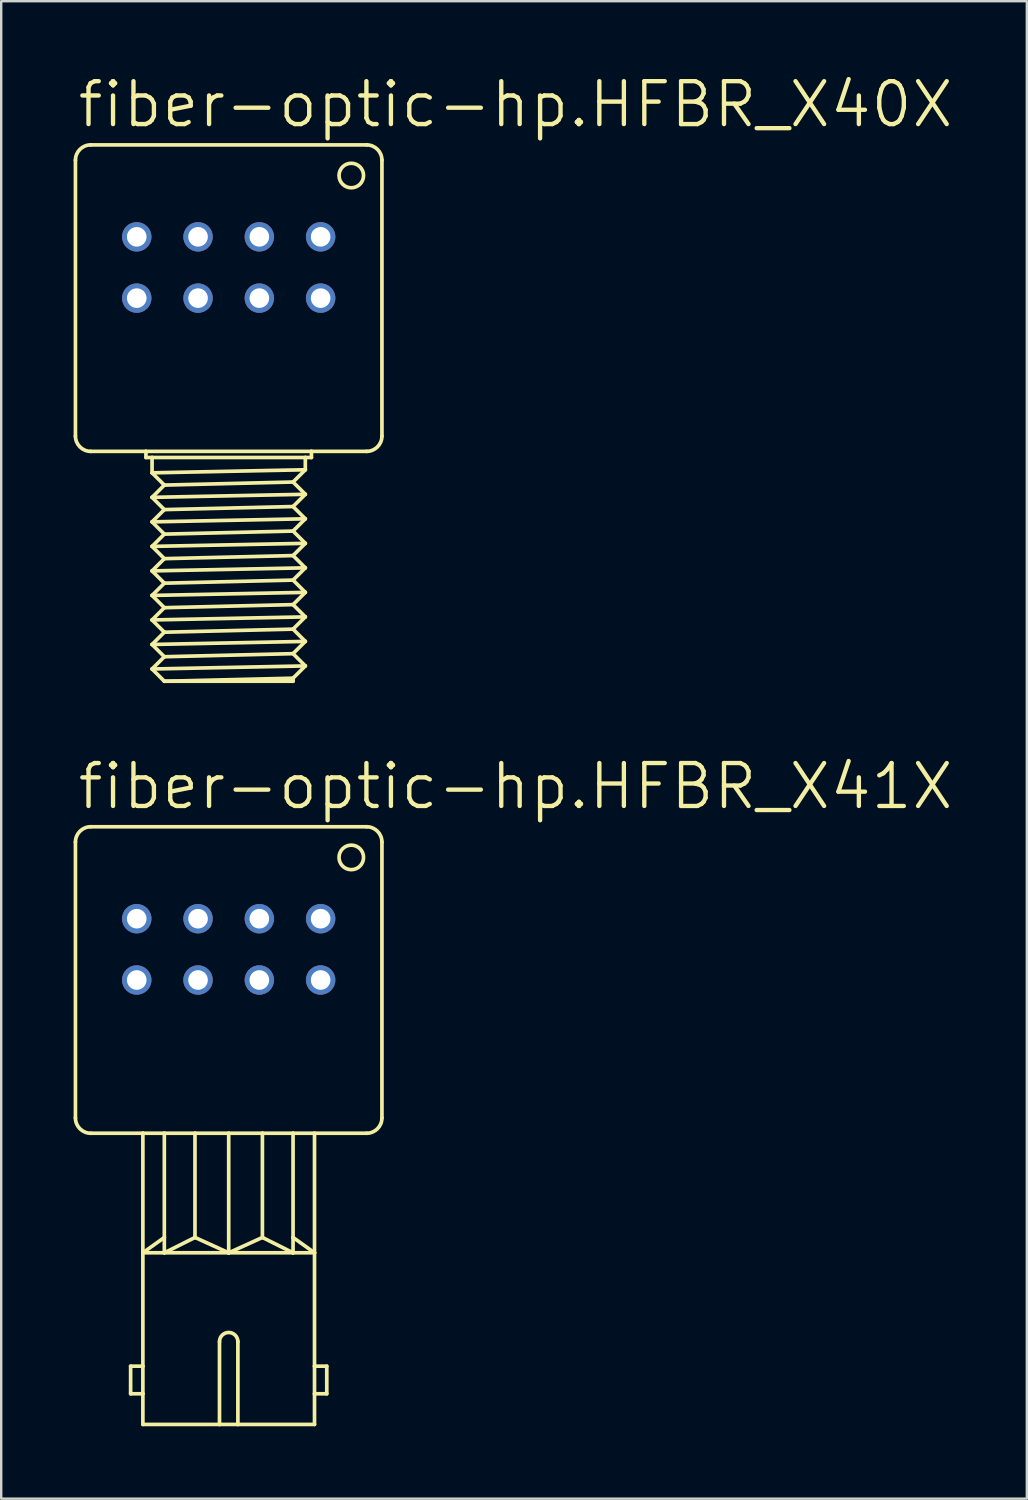
<source format=kicad_pcb>
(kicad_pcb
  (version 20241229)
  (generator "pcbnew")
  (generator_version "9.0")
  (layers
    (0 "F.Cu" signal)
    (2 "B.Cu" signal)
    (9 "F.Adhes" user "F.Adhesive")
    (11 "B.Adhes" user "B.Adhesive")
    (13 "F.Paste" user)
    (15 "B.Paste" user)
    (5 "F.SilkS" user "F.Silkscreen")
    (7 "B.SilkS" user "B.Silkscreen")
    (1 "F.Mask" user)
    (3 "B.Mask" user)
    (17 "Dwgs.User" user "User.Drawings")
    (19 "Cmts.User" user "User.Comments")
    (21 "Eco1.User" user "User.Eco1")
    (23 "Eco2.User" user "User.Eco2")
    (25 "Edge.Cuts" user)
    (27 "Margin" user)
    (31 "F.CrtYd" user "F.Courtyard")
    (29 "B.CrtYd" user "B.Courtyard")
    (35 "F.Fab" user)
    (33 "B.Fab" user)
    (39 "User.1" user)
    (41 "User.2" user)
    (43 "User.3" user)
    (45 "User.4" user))
  (footprint "fiber-optic-hp.HFBR_X40X"
    (layer "F.Cu")
    (at 6.426 9.303)
    (property "Reference" "fiber-optic-hp.HFBR_X40X" (at -6.35 -6.985 0) (layer "F.SilkS") (effects (font (size 1.778 1.778) (thickness 0.18)) (justify left bottom)))
    (attr through_hole)
    (fp_line (start -6.35 -5.715) (end -6.35 5.715) (stroke (width 0.152) (type default)) (layer "F.SilkS"))
    (fp_line (start -5.715 -6.35) (end 5.715 -6.35) (stroke (width 0.152) (type default)) (layer "F.SilkS"))
    (fp_line (start -5.715 6.35) (end -3.429 6.35) (stroke (width 0.152) (type default)) (layer "F.SilkS"))
    (fp_line (start -3.429 6.604) (end -3.429 6.35) (stroke (width 0.152) (type default)) (layer "F.SilkS"))
    (fp_line (start -3.175 6.604) (end -3.429 6.604) (stroke (width 0.152) (type default)) (layer "F.SilkS"))
    (fp_line (start -3.175 6.604) (end -3.175 7.239) (stroke (width 0.152) (type default)) (layer "F.SilkS"))
    (fp_line (start -3.175 8.255) (end -2.667 8.763) (stroke (width 0.152) (type default)) (layer "F.SilkS"))
    (fp_line (start -3.175 9.271) (end -2.667 9.779) (stroke (width 0.152) (type default)) (layer "F.SilkS"))
    (fp_line (start -3.175 10.287) (end -2.667 10.795) (stroke (width 0.152) (type default)) (layer "F.SilkS"))
    (fp_line (start -3.175 11.303) (end -2.667 11.811) (stroke (width 0.152) (type default)) (layer "F.SilkS"))
    (fp_line (start -3.175 12.319) (end -2.667 12.827) (stroke (width 0.152) (type default)) (layer "F.SilkS"))
    (fp_line (start -3.175 13.335) (end -2.667 13.843) (stroke (width 0.152) (type default)) (layer "F.SilkS"))
    (fp_line (start -3.175 14.351) (end -2.667 14.859) (stroke (width 0.152) (type default)) (layer "F.SilkS"))
    (fp_line (start -2.667 7.747) (end -3.175 7.239) (stroke (width 0.152) (type default)) (layer "F.SilkS"))
    (fp_line (start -2.667 7.747) (end -3.175 8.255) (stroke (width 0.152) (type default)) (layer "F.SilkS"))
    (fp_line (start -2.667 8.763) (end -3.175 9.271) (stroke (width 0.152) (type default)) (layer "F.SilkS"))
    (fp_line (start -2.667 9.779) (end -3.175 10.287) (stroke (width 0.152) (type default)) (layer "F.SilkS"))
    (fp_line (start -2.667 10.795) (end -3.175 11.303) (stroke (width 0.152) (type default)) (layer "F.SilkS"))
    (fp_line (start -2.667 11.811) (end -3.175 12.319) (stroke (width 0.152) (type default)) (layer "F.SilkS"))
    (fp_line (start -2.667 12.827) (end -3.175 13.335) (stroke (width 0.152) (type default)) (layer "F.SilkS"))
    (fp_line (start -2.667 13.843) (end -3.175 14.351) (stroke (width 0.152) (type default)) (layer "F.SilkS"))
    (fp_line (start -2.667 14.859) (end -3.175 15.367) (stroke (width 0.152) (type default)) (layer "F.SilkS"))
    (fp_line (start -2.667 15.875) (end -3.175 15.367) (stroke (width 0.152) (type default)) (layer "F.SilkS"))
    (fp_line (start 2.667 7.62) (end -2.667 7.747) (stroke (width 0.152) (type default)) (layer "F.SilkS"))
    (fp_line (start 2.667 7.62) (end 3.175 7.112) (stroke (width 0.152) (type default)) (layer "F.SilkS"))
    (fp_line (start 2.667 7.62) (end 3.175 8.128) (stroke (width 0.152) (type default)) (layer "F.SilkS"))
    (fp_line (start 2.667 8.636) (end -2.667 8.763) (stroke (width 0.152) (type default)) (layer "F.SilkS"))
    (fp_line (start 2.667 8.636) (end 3.175 8.128) (stroke (width 0.152) (type default)) (layer "F.SilkS"))
    (fp_line (start 2.667 8.636) (end 3.175 9.144) (stroke (width 0.152) (type default)) (layer "F.SilkS"))
    (fp_line (start 2.667 9.652) (end -2.667 9.779) (stroke (width 0.152) (type default)) (layer "F.SilkS"))
    (fp_line (start 2.667 9.652) (end 3.175 10.16) (stroke (width 0.152) (type default)) (layer "F.SilkS"))
    (fp_line (start 2.667 10.668) (end -2.667 10.795) (stroke (width 0.152) (type default)) (layer "F.SilkS"))
    (fp_line (start 2.667 10.668) (end 3.175 11.176) (stroke (width 0.152) (type default)) (layer "F.SilkS"))
    (fp_line (start 2.667 11.684) (end -2.667 11.811) (stroke (width 0.152) (type default)) (layer "F.SilkS"))
    (fp_line (start 2.667 11.684) (end 3.175 12.192) (stroke (width 0.152) (type default)) (layer "F.SilkS"))
    (fp_line (start 2.667 12.7) (end -2.667 12.827) (stroke (width 0.152) (type default)) (layer "F.SilkS"))
    (fp_line (start 2.667 12.7) (end 3.175 13.208) (stroke (width 0.152) (type default)) (layer "F.SilkS"))
    (fp_line (start 2.667 13.716) (end -2.667 13.843) (stroke (width 0.152) (type default)) (layer "F.SilkS"))
    (fp_line (start 2.667 13.716) (end 3.175 14.224) (stroke (width 0.152) (type default)) (layer "F.SilkS"))
    (fp_line (start 2.667 14.732) (end -2.667 14.859) (stroke (width 0.152) (type default)) (layer "F.SilkS"))
    (fp_line (start 2.667 14.732) (end 3.175 15.24) (stroke (width 0.152) (type default)) (layer "F.SilkS"))
    (fp_line (start 2.667 15.748) (end -2.667 15.875) (stroke (width 0.152) (type default)) (layer "F.SilkS"))
    (fp_line (start 2.667 15.748) (end 3.175 15.24) (stroke (width 0.152) (type default)) (layer "F.SilkS"))
    (fp_line (start 2.667 15.875) (end -2.667 15.875) (stroke (width 0.152) (type default)) (layer "F.SilkS"))
    (fp_line (start 2.667 15.875) (end 2.667 15.748) (stroke (width 0.152) (type default)) (layer "F.SilkS"))
    (fp_line (start 3.175 6.604) (end -3.175 6.604) (stroke (width 0.152) (type default)) (layer "F.SilkS"))
    (fp_line (start 3.175 6.604) (end 3.175 7.112) (stroke (width 0.152) (type default)) (layer "F.SilkS"))
    (fp_line (start 3.175 7.112) (end -3.175 7.239) (stroke (width 0.152) (type default)) (layer "F.SilkS"))
    (fp_line (start 3.175 8.128) (end -3.175 8.255) (stroke (width 0.152) (type default)) (layer "F.SilkS"))
    (fp_line (start 3.175 9.144) (end -3.175 9.271) (stroke (width 0.152) (type default)) (layer "F.SilkS"))
    (fp_line (start 3.175 9.144) (end 2.667 9.652) (stroke (width 0.152) (type default)) (layer "F.SilkS"))
    (fp_line (start 3.175 10.16) (end -3.175 10.287) (stroke (width 0.152) (type default)) (layer "F.SilkS"))
    (fp_line (start 3.175 10.16) (end 2.667 10.668) (stroke (width 0.152) (type default)) (layer "F.SilkS"))
    (fp_line (start 3.175 11.176) (end -3.175 11.303) (stroke (width 0.152) (type default)) (layer "F.SilkS"))
    (fp_line (start 3.175 11.176) (end 2.667 11.684) (stroke (width 0.152) (type default)) (layer "F.SilkS"))
    (fp_line (start 3.175 12.192) (end -3.175 12.319) (stroke (width 0.152) (type default)) (layer "F.SilkS"))
    (fp_line (start 3.175 12.192) (end 2.667 12.7) (stroke (width 0.152) (type default)) (layer "F.SilkS"))
    (fp_line (start 3.175 13.208) (end -3.175 13.335) (stroke (width 0.152) (type default)) (layer "F.SilkS"))
    (fp_line (start 3.175 13.208) (end 2.667 13.716) (stroke (width 0.152) (type default)) (layer "F.SilkS"))
    (fp_line (start 3.175 14.224) (end -3.175 14.351) (stroke (width 0.152) (type default)) (layer "F.SilkS"))
    (fp_line (start 3.175 14.224) (end 2.667 14.732) (stroke (width 0.152) (type default)) (layer "F.SilkS"))
    (fp_line (start 3.175 15.24) (end -3.175 15.367) (stroke (width 0.152) (type default)) (layer "F.SilkS"))
    (fp_line (start 3.429 6.35) (end -3.429 6.35) (stroke (width 0.152) (type default)) (layer "F.SilkS"))
    (fp_line (start 3.429 6.35) (end 3.429 6.604) (stroke (width 0.152) (type default)) (layer "F.SilkS"))
    (fp_line (start 3.429 6.604) (end 3.175 6.604) (stroke (width 0.152) (type default)) (layer "F.SilkS"))
    (fp_line (start 5.715 6.35) (end 3.429 6.35) (stroke (width 0.152) (type default)) (layer "F.SilkS"))
    (fp_line (start 6.35 -5.715) (end 6.35 5.715) (stroke (width 0.152) (type default)) (layer "F.SilkS"))
    (fp_arc (start -6.35 -5.715) (mid -6.164013 -6.164013) (end -5.715 -6.35) (stroke (width 0.1524) (type default)) (layer "F.SilkS"))
    (fp_arc (start -5.715 6.35) (mid -6.164013 6.164013) (end -6.35 5.715) (stroke (width 0.1524) (type default)) (layer "F.SilkS"))
    (fp_arc (start 5.715 -6.35) (mid 6.164013 -6.164013) (end 6.35 -5.715) (stroke (width 0.1524) (type default)) (layer "F.SilkS"))
    (fp_arc (start 6.35 5.715) (mid 6.164013 6.164013) (end 5.715 6.35) (stroke (width 0.1524) (type default)) (layer "F.SilkS"))
    (fp_circle (center 5.08 -5.08) (end 5.588 -5.08) (stroke (width 0.152) (type default)) (fill no) (layer "F.SilkS"))
    (pad "1" thru_hole circle (at 3.81 -2.54) (size 1.219 1.219) (drill 0.813) (layers "*.Cu" "*.Mask"))
    (pad "2" thru_hole circle (at 1.27 -2.54) (size 1.219 1.219) (drill 0.813) (layers "*.Cu" "*.Mask"))
    (pad "3" thru_hole circle (at -1.27 -2.54) (size 1.219 1.219) (drill 0.813) (layers "*.Cu" "*.Mask"))
    (pad "4" thru_hole circle (at -3.81 -2.54) (size 1.219 1.219) (drill 0.813) (layers "*.Cu" "*.Mask"))
    (pad "5" thru_hole circle (at -3.81 0) (size 1.219 1.219) (drill 0.813) (layers "*.Cu" "*.Mask"))
    (pad "6" thru_hole circle (at -1.27 0) (size 1.219 1.219) (drill 0.813) (layers "*.Cu" "*.Mask"))
    (pad "7" thru_hole circle (at 1.27 0) (size 1.219 1.219) (drill 0.813) (layers "*.Cu" "*.Mask"))
    (pad "8" thru_hole circle (at 3.81 0) (size 1.219 1.219) (drill 0.813) (layers "*.Cu" "*.Mask")))
  (footprint "fiber-optic-hp.HFBR_X41X"
    (layer "F.Cu")
    (at 6.426 37.557)
    (property "Reference" "fiber-optic-hp.HFBR_X41X" (at -6.35 -6.985 0) (layer "F.SilkS") (effects (font (size 1.778 1.778) (thickness 0.18)) (justify left bottom)))
    (attr through_hole)
    (fp_line (start -6.35 -5.715) (end -6.35 5.715) (stroke (width 0.152) (type default)) (layer "F.SilkS"))
    (fp_line (start -5.715 -6.35) (end 5.715 -6.35) (stroke (width 0.152) (type default)) (layer "F.SilkS"))
    (fp_line (start -4.064 16.002) (end -4.064 17.145) (stroke (width 0.152) (type default)) (layer "F.SilkS"))
    (fp_line (start -4.064 17.145) (end -3.556 17.145) (stroke (width 0.152) (type default)) (layer "F.SilkS"))
    (fp_line (start -3.556 6.35) (end -5.715 6.35) (stroke (width 0.152) (type default)) (layer "F.SilkS"))
    (fp_line (start -3.556 11.303) (end -3.556 6.35) (stroke (width 0.152) (type default)) (layer "F.SilkS"))
    (fp_line (start -3.556 11.303) (end -2.667 10.668) (stroke (width 0.152) (type default)) (layer "F.SilkS"))
    (fp_line (start -3.556 11.303) (end -2.667 11.303) (stroke (width 0.152) (type default)) (layer "F.SilkS"))
    (fp_line (start -3.556 16.002) (end -4.064 16.002) (stroke (width 0.152) (type default)) (layer "F.SilkS"))
    (fp_line (start -3.556 16.002) (end -3.556 11.303) (stroke (width 0.152) (type default)) (layer "F.SilkS"))
    (fp_line (start -3.556 17.145) (end -3.556 16.002) (stroke (width 0.152) (type default)) (layer "F.SilkS"))
    (fp_line (start -3.556 18.415) (end -3.556 17.145) (stroke (width 0.152) (type default)) (layer "F.SilkS"))
    (fp_line (start -2.667 6.35) (end -3.556 6.35) (stroke (width 0.152) (type default)) (layer "F.SilkS"))
    (fp_line (start -2.667 10.668) (end -2.667 6.35) (stroke (width 0.152) (type default)) (layer "F.SilkS"))
    (fp_line (start -2.667 11.303) (end -2.667 10.668) (stroke (width 0.152) (type default)) (layer "F.SilkS"))
    (fp_line (start -2.667 11.303) (end -1.397 10.668) (stroke (width 0.152) (type default)) (layer "F.SilkS"))
    (fp_line (start -2.667 11.303) (end 0 11.303) (stroke (width 0.152) (type default)) (layer "F.SilkS"))
    (fp_line (start -1.397 6.35) (end -2.667 6.35) (stroke (width 0.152) (type default)) (layer "F.SilkS"))
    (fp_line (start -1.397 10.668) (end -1.397 6.35) (stroke (width 0.152) (type default)) (layer "F.SilkS"))
    (fp_line (start -1.397 10.668) (end 0 11.303) (stroke (width 0.152) (type default)) (layer "F.SilkS"))
    (fp_line (start -0.381 18.415) (end -3.556 18.415) (stroke (width 0.152) (type default)) (layer "F.SilkS"))
    (fp_line (start -0.381 18.415) (end -0.381 14.986) (stroke (width 0.152) (type default)) (layer "F.SilkS"))
    (fp_line (start 0 6.35) (end -1.397 6.35) (stroke (width 0.152) (type default)) (layer "F.SilkS"))
    (fp_line (start 0 11.303) (end 0 6.35) (stroke (width 0.152) (type default)) (layer "F.SilkS"))
    (fp_line (start 0 11.303) (end 2.667 11.303) (stroke (width 0.152) (type default)) (layer "F.SilkS"))
    (fp_line (start 0.381 18.415) (end -0.381 18.415) (stroke (width 0.152) (type default)) (layer "F.SilkS"))
    (fp_line (start 0.381 18.415) (end 0.381 14.986) (stroke (width 0.152) (type default)) (layer "F.SilkS"))
    (fp_line (start 1.397 6.35) (end 0 6.35) (stroke (width 0.152) (type default)) (layer "F.SilkS"))
    (fp_line (start 1.397 10.668) (end 0 11.303) (stroke (width 0.152) (type default)) (layer "F.SilkS"))
    (fp_line (start 1.397 10.668) (end 1.397 6.35) (stroke (width 0.152) (type default)) (layer "F.SilkS"))
    (fp_line (start 2.667 6.35) (end 1.397 6.35) (stroke (width 0.152) (type default)) (layer "F.SilkS"))
    (fp_line (start 2.667 10.668) (end 2.667 6.35) (stroke (width 0.152) (type default)) (layer "F.SilkS"))
    (fp_line (start 2.667 11.303) (end 1.397 10.668) (stroke (width 0.152) (type default)) (layer "F.SilkS"))
    (fp_line (start 2.667 11.303) (end 2.667 10.668) (stroke (width 0.152) (type default)) (layer "F.SilkS"))
    (fp_line (start 2.667 11.303) (end 3.556 11.303) (stroke (width 0.152) (type default)) (layer "F.SilkS"))
    (fp_line (start 3.556 6.35) (end 2.667 6.35) (stroke (width 0.152) (type default)) (layer "F.SilkS"))
    (fp_line (start 3.556 11.303) (end 2.667 10.668) (stroke (width 0.152) (type default)) (layer "F.SilkS"))
    (fp_line (start 3.556 11.303) (end 3.556 6.35) (stroke (width 0.152) (type default)) (layer "F.SilkS"))
    (fp_line (start 3.556 16.002) (end 3.556 11.303) (stroke (width 0.152) (type default)) (layer "F.SilkS"))
    (fp_line (start 3.556 16.002) (end 4.064 16.002) (stroke (width 0.152) (type default)) (layer "F.SilkS"))
    (fp_line (start 3.556 17.145) (end 3.556 16.002) (stroke (width 0.152) (type default)) (layer "F.SilkS"))
    (fp_line (start 3.556 18.415) (end 0.381 18.415) (stroke (width 0.152) (type default)) (layer "F.SilkS"))
    (fp_line (start 3.556 18.415) (end 3.556 17.145) (stroke (width 0.152) (type default)) (layer "F.SilkS"))
    (fp_line (start 4.064 16.002) (end 4.064 17.145) (stroke (width 0.152) (type default)) (layer "F.SilkS"))
    (fp_line (start 4.064 17.145) (end 3.556 17.145) (stroke (width 0.152) (type default)) (layer "F.SilkS"))
    (fp_line (start 5.715 6.35) (end 3.556 6.35) (stroke (width 0.152) (type default)) (layer "F.SilkS"))
    (fp_line (start 6.35 -5.715) (end 6.35 5.715) (stroke (width 0.152) (type default)) (layer "F.SilkS"))
    (fp_arc (start -6.35 -5.715) (mid -6.164013 -6.164013) (end -5.715 -6.35) (stroke (width 0.1524) (type default)) (layer "F.SilkS"))
    (fp_arc (start -5.715 6.35) (mid -6.164013 6.164013) (end -6.35 5.715) (stroke (width 0.1524) (type default)) (layer "F.SilkS"))
    (fp_arc (start -0.381 14.986) (mid 0 14.605) (end 0.381 14.986) (stroke (width 0.1524) (type default)) (layer "F.SilkS"))
    (fp_arc (start 5.715 -6.35) (mid 6.164013 -6.164013) (end 6.35 -5.715) (stroke (width 0.1524) (type default)) (layer "F.SilkS"))
    (fp_arc (start 6.35 5.715) (mid 6.164013 6.164013) (end 5.715 6.35) (stroke (width 0.1524) (type default)) (layer "F.SilkS"))
    (fp_circle (center 5.08 -5.08) (end 5.588 -5.08) (stroke (width 0.152) (type default)) (fill no) (layer "F.SilkS"))
    (pad "1" thru_hole circle (at 3.81 -2.54) (size 1.219 1.219) (drill 0.813) (layers "*.Cu" "*.Mask"))
    (pad "2" thru_hole circle (at 1.27 -2.54) (size 1.219 1.219) (drill 0.813) (layers "*.Cu" "*.Mask"))
    (pad "3" thru_hole circle (at -1.27 -2.54) (size 1.219 1.219) (drill 0.813) (layers "*.Cu" "*.Mask"))
    (pad "4" thru_hole circle (at -3.81 -2.54) (size 1.219 1.219) (drill 0.813) (layers "*.Cu" "*.Mask"))
    (pad "5" thru_hole circle (at -3.81 0) (size 1.219 1.219) (drill 0.813) (layers "*.Cu" "*.Mask"))
    (pad "6" thru_hole circle (at -1.27 0) (size 1.219 1.219) (drill 0.813) (layers "*.Cu" "*.Mask"))
    (pad "7" thru_hole circle (at 1.27 0) (size 1.219 1.219) (drill 0.813) (layers "*.Cu" "*.Mask"))
    (pad "8" thru_hole circle (at 3.81 0) (size 1.219 1.219) (drill 0.813) (layers "*.Cu" "*.Mask")))
  (gr_rect
    (start -3 -3)
    (end 39.498 59.048)
    (stroke (width 0.1) (type default))
    (fill no)
    (layer "Edge.Cuts")))
</source>
